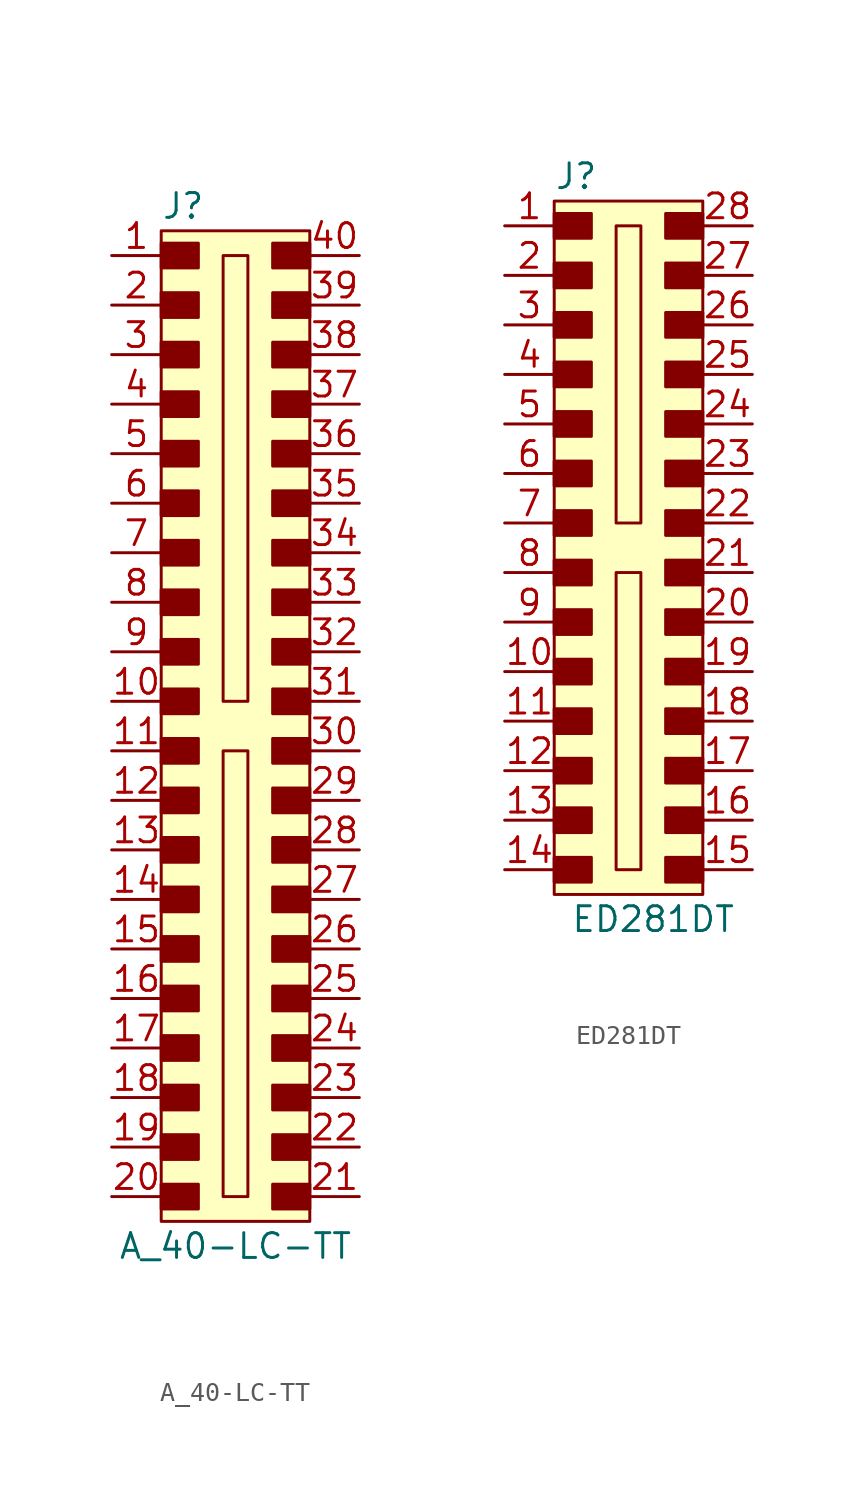
<source format=kicad_sym>
(kicad_symbol_lib
  (version 20220914)
  (generator kicad_symbol_editor)
  (symbol "A_40-LC-TT"
    (pin_names
      (offset 1.016))
    (property "Reference" "J"
      (at -3.81 25.4 0)
      (effects (font (size 1.27 1.27)) (justify left)))
    (property "Value" "A_40-LC-TT"
      (at 0 -27.94 0)
      (effects (font (size 1.27 1.27))))
    (symbol "A_40-LC-TT_1_1"
      (rectangle (start -3.81 -24.765) (end -1.905 -26.035) (stroke (width 0) (type solid)) (fill (type outline)))
      (rectangle (start -3.81 -22.225) (end -1.905 -23.495) (stroke (width 0) (type solid)) (fill (type outline)))
      (rectangle (start -3.81 -19.685) (end -1.905 -20.955) (stroke (width 0) (type solid)) (fill (type outline)))
      (rectangle (start -3.81 -17.145) (end -1.905 -18.415) (stroke (width 0) (type solid)) (fill (type outline)))
      (rectangle (start -3.81 -14.605) (end -1.905 -15.875) (stroke (width 0) (type solid)) (fill (type outline)))
      (rectangle (start -3.81 -12.065) (end -1.905 -13.335) (stroke (width 0) (type solid)) (fill (type outline)))
      (rectangle (start -3.81 -9.525) (end -1.905 -10.795) (stroke (width 0) (type solid)) (fill (type outline)))
      (rectangle (start -3.81 -6.985) (end -1.905 -8.255) (stroke (width 0) (type solid)) (fill (type outline)))
      (rectangle (start -3.81 -4.445) (end -1.905 -5.715) (stroke (width 0) (type solid)) (fill (type outline)))
      (rectangle (start -3.81 -1.905) (end -1.905 -3.175) (stroke (width 0) (type solid)) (fill (type outline)))
      (rectangle (start -3.81 0.635) (end -1.905 -0.635) (stroke (width 0) (type solid)) (fill (type outline)))
      (rectangle (start -3.81 3.175) (end -1.905 1.905) (stroke (width 0) (type solid)) (fill (type outline)))
      (rectangle (start -3.81 5.715) (end -1.905 4.445) (stroke (width 0) (type solid)) (fill (type outline)))
      (rectangle (start -3.81 8.255) (end -1.905 6.985) (stroke (width 0) (type solid)) (fill (type outline)))
      (rectangle (start -3.81 10.795) (end -1.905 9.525) (stroke (width 0) (type solid)) (fill (type outline)))
      (rectangle (start -3.81 13.335) (end -1.905 12.065) (stroke (width 0) (type solid)) (fill (type outline)))
      (rectangle (start -3.81 15.875) (end -1.905 14.605) (stroke (width 0) (type solid)) (fill (type outline)))
      (rectangle (start -3.81 18.415) (end -1.905 17.145) (stroke (width 0) (type solid)) (fill (type outline)))
      (rectangle (start -3.81 20.955) (end -1.905 19.685) (stroke (width 0) (type solid)) (fill (type outline)))
      (rectangle (start -3.81 23.495) (end -1.905 22.225) (stroke (width 0) (type solid)) (fill (type outline)))
      (rectangle (start -3.81 24.13) (end 3.81 -26.67) (stroke (width 0) (type solid)) (fill (type background)))
      (rectangle (start -0.635 -2.54) (end 0.635 -25.4) (stroke (width 0) (type solid)) (fill (type none)))
      (rectangle (start -0.635 22.86) (end 0.635 0) (stroke (width 0) (type solid)) (fill (type none)))
      (rectangle (start 1.905 -24.765) (end 3.81 -26.035) (stroke (width 0) (type solid)) (fill (type outline)))
      (rectangle (start 1.905 -22.225) (end 3.81 -23.495) (stroke (width 0) (type solid)) (fill (type outline)))
      (rectangle (start 1.905 -19.685) (end 3.81 -20.955) (stroke (width 0) (type solid)) (fill (type outline)))
      (rectangle (start 1.905 -17.145) (end 3.81 -18.415) (stroke (width 0) (type solid)) (fill (type outline)))
      (rectangle (start 1.905 -14.605) (end 3.81 -15.875) (stroke (width 0) (type solid)) (fill (type outline)))
      (rectangle (start 1.905 -12.065) (end 3.81 -13.335) (stroke (width 0) (type solid)) (fill (type outline)))
      (rectangle (start 1.905 -9.525) (end 3.81 -10.795) (stroke (width 0) (type solid)) (fill (type outline)))
      (rectangle (start 1.905 -6.985) (end 3.81 -8.255) (stroke (width 0) (type solid)) (fill (type outline)))
      (rectangle (start 1.905 -4.445) (end 3.81 -5.715) (stroke (width 0) (type solid)) (fill (type outline)))
      (rectangle (start 1.905 -1.905) (end 3.81 -3.175) (stroke (width 0) (type solid)) (fill (type outline)))
      (rectangle (start 1.905 0.635) (end 3.81 -0.635) (stroke (width 0) (type solid)) (fill (type outline)))
      (rectangle (start 1.905 3.175) (end 3.81 1.905) (stroke (width 0) (type solid)) (fill (type outline)))
      (rectangle (start 1.905 5.715) (end 3.81 4.445) (stroke (width 0) (type solid)) (fill (type outline)))
      (rectangle (start 1.905 8.255) (end 3.81 6.985) (stroke (width 0) (type solid)) (fill (type outline)))
      (rectangle (start 1.905 10.795) (end 3.81 9.525) (stroke (width 0) (type solid)) (fill (type outline)))
      (rectangle (start 1.905 13.335) (end 3.81 12.065) (stroke (width 0) (type solid)) (fill (type outline)))
      (rectangle (start 1.905 15.875) (end 3.81 14.605) (stroke (width 0) (type solid)) (fill (type outline)))
      (rectangle (start 1.905 18.415) (end 3.81 17.145) (stroke (width 0) (type solid)) (fill (type outline)))
      (rectangle (start 1.905 20.955) (end 3.81 19.685) (stroke (width 0) (type solid)) (fill (type outline)))
      (rectangle (start 1.905 23.495) (end 3.81 22.225) (stroke (width 0) (type solid)) (fill (type outline)))
      (pin passive line (at -6.35 22.86 0) (length 2.54) (name "~" (effects (font (size 1.27 1.27)))) (number "1" (effects (font (size 1.27 1.27)))))
      (pin passive line (at -6.35 0 0) (length 2.54) (name "~" (effects (font (size 1.27 1.27)))) (number "10" (effects (font (size 1.27 1.27)))))
      (pin passive line (at -6.35 -2.54 0) (length 2.54) (name "~" (effects (font (size 1.27 1.27)))) (number "11" (effects (font (size 1.27 1.27)))))
      (pin passive line (at -6.35 -5.08 0) (length 2.54) (name "~" (effects (font (size 1.27 1.27)))) (number "12" (effects (font (size 1.27 1.27)))))
      (pin passive line (at -6.35 -7.62 0) (length 2.54) (name "~" (effects (font (size 1.27 1.27)))) (number "13" (effects (font (size 1.27 1.27)))))
      (pin passive line (at -6.35 -10.16 0) (length 2.54) (name "~" (effects (font (size 1.27 1.27)))) (number "14" (effects (font (size 1.27 1.27)))))
      (pin passive line (at -6.35 -12.7 0) (length 2.54) (name "~" (effects (font (size 1.27 1.27)))) (number "15" (effects (font (size 1.27 1.27)))))
      (pin passive line (at -6.35 -15.24 0) (length 2.54) (name "~" (effects (font (size 1.27 1.27)))) (number "16" (effects (font (size 1.27 1.27)))))
      (pin passive line (at -6.35 -17.78 0) (length 2.54) (name "~" (effects (font (size 1.27 1.27)))) (number "17" (effects (font (size 1.27 1.27)))))
      (pin passive line (at -6.35 -20.32 0) (length 2.54) (name "~" (effects (font (size 1.27 1.27)))) (number "18" (effects (font (size 1.27 1.27)))))
      (pin passive line (at -6.35 -22.86 0) (length 2.54) (name "~" (effects (font (size 1.27 1.27)))) (number "19" (effects (font (size 1.27 1.27)))))
      (pin passive line (at -6.35 20.32 0) (length 2.54) (name "~" (effects (font (size 1.27 1.27)))) (number "2" (effects (font (size 1.27 1.27)))))
      (pin passive line (at -6.35 -25.4 0) (length 2.54) (name "~" (effects (font (size 1.27 1.27)))) (number "20" (effects (font (size 1.27 1.27)))))
      (pin passive line (at 6.35 -25.4 180) (length 2.54) (name "~" (effects (font (size 1.27 1.27)))) (number "21" (effects (font (size 1.27 1.27)))))
      (pin passive line (at 6.35 -22.86 180) (length 2.54) (name "~" (effects (font (size 1.27 1.27)))) (number "22" (effects (font (size 1.27 1.27)))))
      (pin passive line (at 6.35 -20.32 180) (length 2.54) (name "~" (effects (font (size 1.27 1.27)))) (number "23" (effects (font (size 1.27 1.27)))))
      (pin passive line (at 6.35 -17.78 180) (length 2.54) (name "~" (effects (font (size 1.27 1.27)))) (number "24" (effects (font (size 1.27 1.27)))))
      (pin passive line (at 6.35 -15.24 180) (length 2.54) (name "~" (effects (font (size 1.27 1.27)))) (number "25" (effects (font (size 1.27 1.27)))))
      (pin passive line (at 6.35 -12.7 180) (length 2.54) (name "~" (effects (font (size 1.27 1.27)))) (number "26" (effects (font (size 1.27 1.27)))))
      (pin passive line (at 6.35 -10.16 180) (length 2.54) (name "~" (effects (font (size 1.27 1.27)))) (number "27" (effects (font (size 1.27 1.27)))))
      (pin passive line (at 6.35 -7.62 180) (length 2.54) (name "~" (effects (font (size 1.27 1.27)))) (number "28" (effects (font (size 1.27 1.27)))))
      (pin passive line (at 6.35 -5.08 180) (length 2.54) (name "~" (effects (font (size 1.27 1.27)))) (number "29" (effects (font (size 1.27 1.27)))))
      (pin passive line (at -6.35 17.78 0) (length 2.54) (name "~" (effects (font (size 1.27 1.27)))) (number "3" (effects (font (size 1.27 1.27)))))
      (pin passive line (at 6.35 -2.54 180) (length 2.54) (name "~" (effects (font (size 1.27 1.27)))) (number "30" (effects (font (size 1.27 1.27)))))
      (pin passive line (at 6.35 0 180) (length 2.54) (name "~" (effects (font (size 1.27 1.27)))) (number "31" (effects (font (size 1.27 1.27)))))
      (pin passive line (at 6.35 2.54 180) (length 2.54) (name "~" (effects (font (size 1.27 1.27)))) (number "32" (effects (font (size 1.27 1.27)))))
      (pin passive line (at 6.35 5.08 180) (length 2.54) (name "~" (effects (font (size 1.27 1.27)))) (number "33" (effects (font (size 1.27 1.27)))))
      (pin passive line (at 6.35 7.62 180) (length 2.54) (name "~" (effects (font (size 1.27 1.27)))) (number "34" (effects (font (size 1.27 1.27)))))
      (pin passive line (at 6.35 10.16 180) (length 2.54) (name "~" (effects (font (size 1.27 1.27)))) (number "35" (effects (font (size 1.27 1.27)))))
      (pin passive line (at 6.35 12.7 180) (length 2.54) (name "~" (effects (font (size 1.27 1.27)))) (number "36" (effects (font (size 1.27 1.27)))))
      (pin passive line (at 6.35 15.24 180) (length 2.54) (name "~" (effects (font (size 1.27 1.27)))) (number "37" (effects (font (size 1.27 1.27)))))
      (pin passive line (at 6.35 17.78 180) (length 2.54) (name "~" (effects (font (size 1.27 1.27)))) (number "38" (effects (font (size 1.27 1.27)))))
      (pin passive line (at 6.35 20.32 180) (length 2.54) (name "~" (effects (font (size 1.27 1.27)))) (number "39" (effects (font (size 1.27 1.27)))))
      (pin passive line (at -6.35 15.24 0) (length 2.54) (name "~" (effects (font (size 1.27 1.27)))) (number "4" (effects (font (size 1.27 1.27)))))
      (pin passive line (at 6.35 22.86 180) (length 2.54) (name "~" (effects (font (size 1.27 1.27)))) (number "40" (effects (font (size 1.27 1.27)))))
      (pin passive line (at -6.35 12.7 0) (length 2.54) (name "~" (effects (font (size 1.27 1.27)))) (number "5" (effects (font (size 1.27 1.27)))))
      (pin passive line (at -6.35 10.16 0) (length 2.54) (name "~" (effects (font (size 1.27 1.27)))) (number "6" (effects (font (size 1.27 1.27)))))
      (pin passive line (at -6.35 7.62 0) (length 2.54) (name "~" (effects (font (size 1.27 1.27)))) (number "7" (effects (font (size 1.27 1.27)))))
      (pin passive line (at -6.35 5.08 0) (length 2.54) (name "~" (effects (font (size 1.27 1.27)))) (number "8" (effects (font (size 1.27 1.27)))))
      (pin passive line (at -6.35 2.54 0) (length 2.54) (name "~" (effects (font (size 1.27 1.27)))) (number "9" (effects (font (size 1.27 1.27)))))))
  (symbol "ED281DT"
    (pin_names
      (offset 1.016))
    (property "Reference" "J"
      (at -5.08 15.24 0)
      (effects (font (size 1.27 1.27)) (justify left)))
    (property "Value" "ED281DT"
      (at 0 -22.86 0)
      (effects (font (size 1.27 1.27))))
    (symbol "ED281DT_0_1"
      (rectangle (start -5.08 10.795) (end -3.175 9.525) (stroke (width 0) (type solid)) (fill (type outline)))
      (rectangle (start -5.08 13.335) (end -3.175 12.065) (stroke (width 0) (type solid)) (fill (type outline)))
      (rectangle (start -5.08 13.97) (end 2.54 -21.59) (stroke (width 0) (type solid)) (fill (type background)))
      (rectangle (start -1.905 -5.08) (end -0.635 -20.32) (stroke (width 0) (type solid)) (fill (type none)))
      (rectangle (start -1.905 12.7) (end -0.635 -2.54) (stroke (width 0) (type solid)) (fill (type none))))
    (symbol "ED281DT_1_1"
      (rectangle (start -5.08 -19.685) (end -3.175 -20.955) (stroke (width 0) (type solid)) (fill (type outline)))
      (rectangle (start -5.08 -17.145) (end -3.175 -18.415) (stroke (width 0) (type solid)) (fill (type outline)))
      (rectangle (start -5.08 -14.605) (end -3.175 -15.875) (stroke (width 0) (type solid)) (fill (type outline)))
      (rectangle (start -5.08 -12.065) (end -3.175 -13.335) (stroke (width 0) (type solid)) (fill (type outline)))
      (rectangle (start -5.08 -9.525) (end -3.175 -10.795) (stroke (width 0) (type solid)) (fill (type outline)))
      (rectangle (start -5.08 -6.985) (end -3.175 -8.255) (stroke (width 0) (type solid)) (fill (type outline)))
      (rectangle (start -5.08 -4.445) (end -3.175 -5.715) (stroke (width 0) (type solid)) (fill (type outline)))
      (rectangle (start -5.08 -1.905) (end -3.175 -3.175) (stroke (width 0) (type solid)) (fill (type outline)))
      (rectangle (start -5.08 0.635) (end -3.175 -0.635) (stroke (width 0) (type solid)) (fill (type outline)))
      (rectangle (start -5.08 3.175) (end -3.175 1.905) (stroke (width 0) (type solid)) (fill (type outline)))
      (rectangle (start -5.08 5.715) (end -3.175 4.445) (stroke (width 0) (type solid)) (fill (type outline)))
      (rectangle (start -5.08 8.255) (end -3.175 6.985) (stroke (width 0) (type solid)) (fill (type outline)))
      (rectangle (start 0.635 -19.685) (end 2.54 -20.955) (stroke (width 0) (type solid)) (fill (type outline)))
      (rectangle (start 0.635 -17.145) (end 2.54 -18.415) (stroke (width 0) (type solid)) (fill (type outline)))
      (rectangle (start 0.635 -14.605) (end 2.54 -15.875) (stroke (width 0) (type solid)) (fill (type outline)))
      (rectangle (start 0.635 -12.065) (end 2.54 -13.335) (stroke (width 0) (type solid)) (fill (type outline)))
      (rectangle (start 0.635 -9.525) (end 2.54 -10.795) (stroke (width 0) (type solid)) (fill (type outline)))
      (rectangle (start 0.635 -6.985) (end 2.54 -8.255) (stroke (width 0) (type solid)) (fill (type outline)))
      (rectangle (start 0.635 -4.445) (end 2.54 -5.715) (stroke (width 0) (type solid)) (fill (type outline)))
      (rectangle (start 0.635 -1.905) (end 2.54 -3.175) (stroke (width 0) (type solid)) (fill (type outline)))
      (rectangle (start 0.635 0.635) (end 2.54 -0.635) (stroke (width 0) (type solid)) (fill (type outline)))
      (rectangle (start 0.635 3.175) (end 2.54 1.905) (stroke (width 0) (type solid)) (fill (type outline)))
      (rectangle (start 0.635 5.715) (end 2.54 4.445) (stroke (width 0) (type solid)) (fill (type outline)))
      (rectangle (start 0.635 8.255) (end 2.54 6.985) (stroke (width 0) (type solid)) (fill (type outline)))
      (rectangle (start 0.635 10.795) (end 2.54 9.525) (stroke (width 0) (type solid)) (fill (type outline)))
      (rectangle (start 0.635 13.335) (end 2.54 12.065) (stroke (width 0) (type solid)) (fill (type outline)))
      (pin passive line (at -7.62 12.7 0) (length 2.54) (name "~" (effects (font (size 1.27 1.27)))) (number "1" (effects (font (size 1.27 1.27)))))
      (pin passive line (at -7.62 -10.16 0) (length 2.54) (name "~" (effects (font (size 1.27 1.27)))) (number "10" (effects (font (size 1.27 1.27)))))
      (pin passive line (at -7.62 -12.7 0) (length 2.54) (name "~" (effects (font (size 1.27 1.27)))) (number "11" (effects (font (size 1.27 1.27)))))
      (pin passive line (at -7.62 -15.24 0) (length 2.54) (name "~" (effects (font (size 1.27 1.27)))) (number "12" (effects (font (size 1.27 1.27)))))
      (pin passive line (at -7.62 -17.78 0) (length 2.54) (name "~" (effects (font (size 1.27 1.27)))) (number "13" (effects (font (size 1.27 1.27)))))
      (pin passive line (at -7.62 -20.32 0) (length 2.54) (name "~" (effects (font (size 1.27 1.27)))) (number "14" (effects (font (size 1.27 1.27)))))
      (pin passive line (at 5.08 -20.32 180) (length 2.54) (name "~" (effects (font (size 1.27 1.27)))) (number "15" (effects (font (size 1.27 1.27)))))
      (pin passive line (at 5.08 -17.78 180) (length 2.54) (name "~" (effects (font (size 1.27 1.27)))) (number "16" (effects (font (size 1.27 1.27)))))
      (pin passive line (at 5.08 -15.24 180) (length 2.54) (name "~" (effects (font (size 1.27 1.27)))) (number "17" (effects (font (size 1.27 1.27)))))
      (pin passive line (at 5.08 -12.7 180) (length 2.54) (name "~" (effects (font (size 1.27 1.27)))) (number "18" (effects (font (size 1.27 1.27)))))
      (pin passive line (at 5.08 -10.16 180) (length 2.54) (name "~" (effects (font (size 1.27 1.27)))) (number "19" (effects (font (size 1.27 1.27)))))
      (pin passive line (at -7.62 10.16 0) (length 2.54) (name "~" (effects (font (size 1.27 1.27)))) (number "2" (effects (font (size 1.27 1.27)))))
      (pin passive line (at 5.08 -7.62 180) (length 2.54) (name "~" (effects (font (size 1.27 1.27)))) (number "20" (effects (font (size 1.27 1.27)))))
      (pin passive line (at 5.08 -5.08 180) (length 2.54) (name "~" (effects (font (size 1.27 1.27)))) (number "21" (effects (font (size 1.27 1.27)))))
      (pin passive line (at 5.08 -2.54 180) (length 2.54) (name "~" (effects (font (size 1.27 1.27)))) (number "22" (effects (font (size 1.27 1.27)))))
      (pin passive line (at 5.08 0 180) (length 2.54) (name "~" (effects (font (size 1.27 1.27)))) (number "23" (effects (font (size 1.27 1.27)))))
      (pin passive line (at 5.08 2.54 180) (length 2.54) (name "~" (effects (font (size 1.27 1.27)))) (number "24" (effects (font (size 1.27 1.27)))))
      (pin passive line (at 5.08 5.08 180) (length 2.54) (name "~" (effects (font (size 1.27 1.27)))) (number "25" (effects (font (size 1.27 1.27)))))
      (pin passive line (at 5.08 7.62 180) (length 2.54) (name "~" (effects (font (size 1.27 1.27)))) (number "26" (effects (font (size 1.27 1.27)))))
      (pin passive line (at 5.08 10.16 180) (length 2.54) (name "~" (effects (font (size 1.27 1.27)))) (number "27" (effects (font (size 1.27 1.27)))))
      (pin passive line (at 5.08 12.7 180) (length 2.54) (name "~" (effects (font (size 1.27 1.27)))) (number "28" (effects (font (size 1.27 1.27)))))
      (pin passive line (at -7.62 7.62 0) (length 2.54) (name "~" (effects (font (size 1.27 1.27)))) (number "3" (effects (font (size 1.27 1.27)))))
      (pin passive line (at -7.62 5.08 0) (length 2.54) (name "~" (effects (font (size 1.27 1.27)))) (number "4" (effects (font (size 1.27 1.27)))))
      (pin passive line (at -7.62 2.54 0) (length 2.54) (name "~" (effects (font (size 1.27 1.27)))) (number "5" (effects (font (size 1.27 1.27)))))
      (pin passive line (at -7.62 0 0) (length 2.54) (name "~" (effects (font (size 1.27 1.27)))) (number "6" (effects (font (size 1.27 1.27)))))
      (pin passive line (at -7.62 -2.54 0) (length 2.54) (name "~" (effects (font (size 1.27 1.27)))) (number "7" (effects (font (size 1.27 1.27)))))
      (pin passive line (at -7.62 -5.08 0) (length 2.54) (name "~" (effects (font (size 1.27 1.27)))) (number "8" (effects (font (size 1.27 1.27)))))
      (pin passive line (at -7.62 -7.62 0) (length 2.54) (name "~" (effects (font (size 1.27 1.27)))) (number "9" (effects (font (size 1.27 1.27))))))))
</source>
